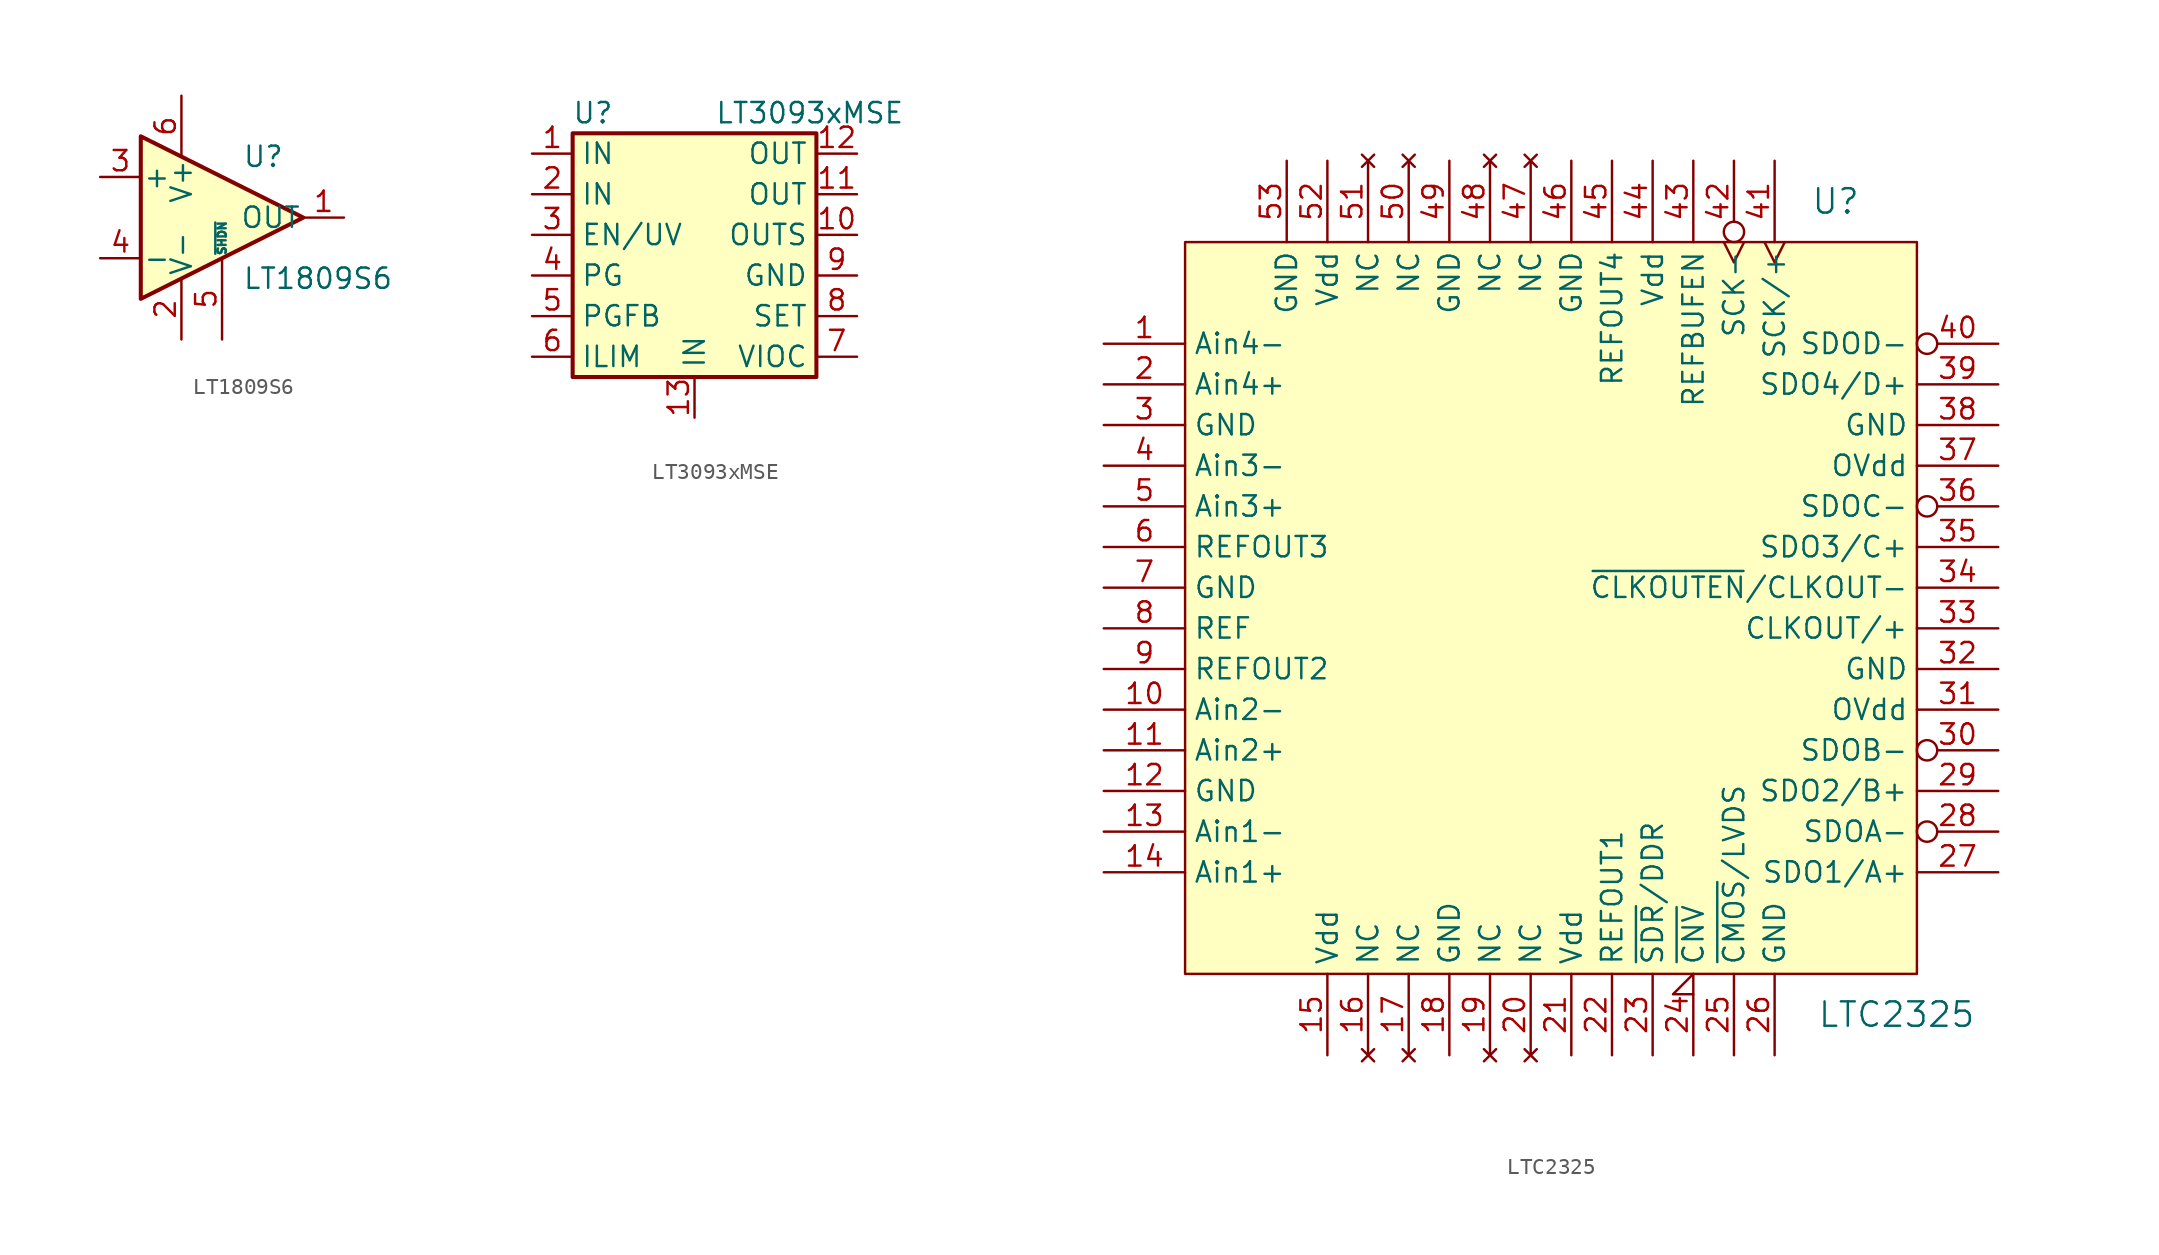
<source format=kicad_sym>
(kicad_symbol_lib
  (version 20241209)
  (generator "kicad_symbol_editor")
  (generator_version "9.0")
  (symbol "LT1809S6"
    (pin_names
      (offset 0.127))
    (property "Reference" "U"
      (at 1.27 3.81 0)
      (effects (font (size 1.27 1.27)) (justify left)))
    (property "Value" "LT1809S6"
      (at 1.27 -3.81 0)
      (effects (font (size 1.27 1.27)) (justify left)))
    (symbol "LT1809S6_0_1"
      (polyline (pts (xy -5.08 5.08) (xy 5.08 0) (xy -5.08 -5.08) (xy -5.08 5.08)) (stroke (width 0.254) (type default)) (fill (type background))))
    (symbol "LT1809S6_1_1"
      (pin input line (at -7.62 2.54 0) (length 2.54) (name "+" (effects (font (size 1.27 1.27)))) (number "3" (effects (font (size 1.27 1.27)))))
      (pin input line (at -7.62 -2.54 0) (length 2.54) (name "-" (effects (font (size 1.27 1.27)))) (number "4" (effects (font (size 1.27 1.27)))))
      (pin power_in line (at -2.54 7.62 270) (length 3.81) (name "V+" (effects (font (size 1.27 1.27)))) (number "6" (effects (font (size 1.27 1.27)))))
      (pin power_in line (at -2.54 -7.62 90) (length 3.81) (name "V-" (effects (font (size 1.27 1.27)))) (number "2" (effects (font (size 1.27 1.27)))))
      (pin input line (at 0 -7.62 90) (length 5.08) (name "~{SHDN}" (effects (font (size 0.508 0.508)))) (number "5" (effects (font (size 1.27 1.27)))))
      (pin output line (at 7.62 0 180) (length 2.54) (name "OUT" (effects (font (size 1.27 1.27)))) (number "1" (effects (font (size 1.27 1.27)))))))
  (symbol "LT3093xMSE"
    (property "Reference" "U"
      (at -6.35 8.89 0)
      (effects (font (size 1.27 1.27))))
    (property "Value" "LT3093xMSE"
      (at 1.27 8.89 0)
      (effects (font (size 1.27 1.27)) (justify left)))
    (symbol "LT3093xMSE_0_1"
      (rectangle (start -7.62 7.62) (end 7.62 -7.62) (stroke (width 0.254) (type default)) (fill (type background))))
    (symbol "LT3093xMSE_1_1"
      (pin power_in line (at -10.16 6.35 0) (length 2.54) (name "IN" (effects (font (size 1.27 1.27)))) (number "1" (effects (font (size 1.27 1.27)))))
      (pin power_in line (at -10.16 3.81 0) (length 2.54) (name "IN" (effects (font (size 1.27 1.27)))) (number "2" (effects (font (size 1.27 1.27)))))
      (pin input line (at -10.16 1.27 0) (length 2.54) (name "EN/UV" (effects (font (size 1.27 1.27)))) (number "3" (effects (font (size 1.27 1.27)))))
      (pin open_collector line (at -10.16 -1.27 0) (length 2.54) (name "PG" (effects (font (size 1.27 1.27)))) (number "4" (effects (font (size 1.27 1.27)))))
      (pin input line (at -10.16 -3.81 0) (length 2.54) (name "PGFB" (effects (font (size 1.27 1.27)))) (number "5" (effects (font (size 1.27 1.27)))))
      (pin passive line (at -10.16 -6.35 0) (length 2.54) (name "ILIM" (effects (font (size 1.27 1.27)))) (number "6" (effects (font (size 1.27 1.27)))))
      (pin power_in line (at 0 -10.16 90) (length 2.54) (name "IN" (effects (font (size 1.27 1.27)))) (number "13" (effects (font (size 1.27 1.27)))))
      (pin power_out line (at 10.16 6.35 180) (length 2.54) (name "OUT" (effects (font (size 1.27 1.27)))) (number "12" (effects (font (size 1.27 1.27)))))
      (pin power_out line (at 10.16 3.81 180) (length 2.54) (name "OUT" (effects (font (size 1.27 1.27)))) (number "11" (effects (font (size 1.27 1.27)))))
      (pin input line (at 10.16 1.27 180) (length 2.54) (name "OUTS" (effects (font (size 1.27 1.27)))) (number "10" (effects (font (size 1.27 1.27)))))
      (pin power_in line (at 10.16 -1.27 180) (length 2.54) (name "GND" (effects (font (size 1.27 1.27)))) (number "9" (effects (font (size 1.27 1.27)))))
      (pin passive line (at 10.16 -3.81 180) (length 2.54) (name "SET" (effects (font (size 1.27 1.27)))) (number "8" (effects (font (size 1.27 1.27)))))
      (pin output line (at 10.16 -6.35 180) (length 2.54) (name "VIOC" (effects (font (size 1.27 1.27)))) (number "7" (effects (font (size 1.27 1.27)))))))
  (symbol "LTC2325"
    (property "Reference" "U"
      (at 17.78 25.4 0)
      (effects (font (size 1.524 1.524))))
    (property "Value" "LTC2325"
      (at 21.59 -25.4 0)
      (effects (font (size 1.524 1.524))))
    (property "Footprint" ""
      (at 0 0 0)
      (effects (font (size 1.524 1.524))))
    (property "Datasheet" ""
      (at 0 0 0)
      (effects (font (size 1.524 1.524))))
    (symbol "LTC2325_0_1"
      (rectangle (start -22.86 22.86) (end 22.86 -22.86) (stroke (width 0) (type default)) (fill (type background))))
    (symbol "LTC2325_1_1"
      (pin input line (at -27.94 16.51 0) (length 5.08) (name "Ain4-" (effects (font (size 1.27 1.27)))) (number "1" (effects (font (size 1.27 1.27)))))
      (pin input line (at -27.94 13.97 0) (length 5.08) (name "Ain4+" (effects (font (size 1.27 1.27)))) (number "2" (effects (font (size 1.27 1.27)))))
      (pin power_in line (at -27.94 11.43 0) (length 5.08) (name "GND" (effects (font (size 1.27 1.27)))) (number "3" (effects (font (size 1.27 1.27)))))
      (pin input line (at -27.94 8.89 0) (length 5.08) (name "Ain3-" (effects (font (size 1.27 1.27)))) (number "4" (effects (font (size 1.27 1.27)))))
      (pin input line (at -27.94 6.35 0) (length 5.08) (name "Ain3+" (effects (font (size 1.27 1.27)))) (number "5" (effects (font (size 1.27 1.27)))))
      (pin bidirectional line (at -27.94 3.81 0) (length 5.08) (name "REFOUT3" (effects (font (size 1.27 1.27)))) (number "6" (effects (font (size 1.27 1.27)))))
      (pin power_in line (at -27.94 1.27 0) (length 5.08) (name "GND" (effects (font (size 1.27 1.27)))) (number "7" (effects (font (size 1.27 1.27)))))
      (pin bidirectional line (at -27.94 -1.27 0) (length 5.08) (name "REF" (effects (font (size 1.27 1.27)))) (number "8" (effects (font (size 1.27 1.27)))))
      (pin bidirectional line (at -27.94 -3.81 0) (length 5.08) (name "REFOUT2" (effects (font (size 1.27 1.27)))) (number "9" (effects (font (size 1.27 1.27)))))
      (pin input line (at -27.94 -6.35 0) (length 5.08) (name "Ain2-" (effects (font (size 1.27 1.27)))) (number "10" (effects (font (size 1.27 1.27)))))
      (pin input line (at -27.94 -8.89 0) (length 5.08) (name "Ain2+" (effects (font (size 1.27 1.27)))) (number "11" (effects (font (size 1.27 1.27)))))
      (pin power_in line (at -27.94 -11.43 0) (length 5.08) (name "GND" (effects (font (size 1.27 1.27)))) (number "12" (effects (font (size 1.27 1.27)))))
      (pin input line (at -27.94 -13.97 0) (length 5.08) (name "Ain1-" (effects (font (size 1.27 1.27)))) (number "13" (effects (font (size 1.27 1.27)))))
      (pin input line (at -27.94 -16.51 0) (length 5.08) (name "Ain1+" (effects (font (size 1.27 1.27)))) (number "14" (effects (font (size 1.27 1.27)))))
      (pin power_in line (at -16.51 27.94 270) (length 5.08) (name "GND" (effects (font (size 1.27 1.27)))) (number "53" (effects (font (size 1.27 1.27)))))
      (pin power_in line (at -13.97 27.94 270) (length 5.08) (name "Vdd" (effects (font (size 1.27 1.27)))) (number "52" (effects (font (size 1.27 1.27)))))
      (pin power_in line (at -13.97 -27.94 90) (length 5.08) (name "Vdd" (effects (font (size 1.27 1.27)))) (number "15" (effects (font (size 1.27 1.27)))))
      (pin no_connect line (at -11.43 27.94 270) (length 5.08) (name "NC" (effects (font (size 1.27 1.27)))) (number "51" (effects (font (size 1.27 1.27)))))
      (pin no_connect line (at -11.43 -27.94 90) (length 5.08) (name "NC" (effects (font (size 1.27 1.27)))) (number "16" (effects (font (size 1.27 1.27)))))
      (pin no_connect line (at -8.89 27.94 270) (length 5.08) (name "NC" (effects (font (size 1.27 1.27)))) (number "50" (effects (font (size 1.27 1.27)))))
      (pin no_connect line (at -8.89 -27.94 90) (length 5.08) (name "NC" (effects (font (size 1.27 1.27)))) (number "17" (effects (font (size 1.27 1.27)))))
      (pin power_in line (at -6.35 27.94 270) (length 5.08) (name "GND" (effects (font (size 1.27 1.27)))) (number "49" (effects (font (size 1.27 1.27)))))
      (pin power_in line (at -6.35 -27.94 90) (length 5.08) (name "GND" (effects (font (size 1.27 1.27)))) (number "18" (effects (font (size 1.27 1.27)))))
      (pin no_connect line (at -3.81 27.94 270) (length 5.08) (name "NC" (effects (font (size 1.27 1.27)))) (number "48" (effects (font (size 1.27 1.27)))))
      (pin no_connect line (at -3.81 -27.94 90) (length 5.08) (name "NC" (effects (font (size 1.27 1.27)))) (number "19" (effects (font (size 1.27 1.27)))))
      (pin no_connect line (at -1.27 27.94 270) (length 5.08) (name "NC" (effects (font (size 1.27 1.27)))) (number "47" (effects (font (size 1.27 1.27)))))
      (pin no_connect line (at -1.27 -27.94 90) (length 5.08) (name "NC" (effects (font (size 1.27 1.27)))) (number "20" (effects (font (size 1.27 1.27)))))
      (pin power_in line (at 1.27 27.94 270) (length 5.08) (name "GND" (effects (font (size 1.27 1.27)))) (number "46" (effects (font (size 1.27 1.27)))))
      (pin power_in line (at 1.27 -27.94 90) (length 5.08) (name "Vdd" (effects (font (size 1.27 1.27)))) (number "21" (effects (font (size 1.27 1.27)))))
      (pin bidirectional line (at 3.81 27.94 270) (length 5.08) (name "REFOUT4" (effects (font (size 1.27 1.27)))) (number "45" (effects (font (size 1.27 1.27)))))
      (pin bidirectional line (at 3.81 -27.94 90) (length 5.08) (name "REFOUT1" (effects (font (size 1.27 1.27)))) (number "22" (effects (font (size 1.27 1.27)))))
      (pin power_in line (at 6.35 27.94 270) (length 5.08) (name "Vdd" (effects (font (size 1.27 1.27)))) (number "44" (effects (font (size 1.27 1.27)))))
      (pin input line (at 6.35 -27.94 90) (length 5.08) (name "~{SDR}/DDR" (effects (font (size 1.27 1.27)))) (number "23" (effects (font (size 1.27 1.27)))))
      (pin input line (at 8.89 27.94 270) (length 5.08) (name "REFBUFEN" (effects (font (size 1.27 1.27)))) (number "43" (effects (font (size 1.27 1.27)))))
      (pin input input_low (at 8.89 -27.94 90) (length 5.08) (name "~{CNV}" (effects (font (size 1.27 1.27)))) (number "24" (effects (font (size 1.27 1.27)))))
      (pin input inverted_clock (at 11.43 27.94 270) (length 5.08) (name "SCK-" (effects (font (size 1.27 1.27)))) (number "42" (effects (font (size 1.27 1.27)))))
      (pin input line (at 11.43 -27.94 90) (length 5.08) (name "~{CMOS}/LVDS" (effects (font (size 1.27 1.27)))) (number "25" (effects (font (size 1.27 1.27)))))
      (pin input clock (at 13.97 27.94 270) (length 5.08) (name "SCK/+" (effects (font (size 1.27 1.27)))) (number "41" (effects (font (size 1.27 1.27)))))
      (pin power_in line (at 13.97 -27.94 90) (length 5.08) (name "GND" (effects (font (size 1.27 1.27)))) (number "26" (effects (font (size 1.27 1.27)))))
      (pin output inverted (at 27.94 16.51 180) (length 5.08) (name "SDOD-" (effects (font (size 1.27 1.27)))) (number "40" (effects (font (size 1.27 1.27)))))
      (pin output line (at 27.94 13.97 180) (length 5.08) (name "SDO4/D+" (effects (font (size 1.27 1.27)))) (number "39" (effects (font (size 1.27 1.27)))))
      (pin power_in line (at 27.94 11.43 180) (length 5.08) (name "GND" (effects (font (size 1.27 1.27)))) (number "38" (effects (font (size 1.27 1.27)))))
      (pin power_in line (at 27.94 8.89 180) (length 5.08) (name "OVdd" (effects (font (size 1.27 1.27)))) (number "37" (effects (font (size 1.27 1.27)))))
      (pin output inverted (at 27.94 6.35 180) (length 5.08) (name "SDOC-" (effects (font (size 1.27 1.27)))) (number "36" (effects (font (size 1.27 1.27)))))
      (pin output line (at 27.94 3.81 180) (length 5.08) (name "SDO3/C+" (effects (font (size 1.27 1.27)))) (number "35" (effects (font (size 1.27 1.27)))))
      (pin bidirectional line (at 27.94 1.27 180) (length 5.08) (name "~{CLKOUTEN}/CLKOUT-" (effects (font (size 1.27 1.27)))) (number "34" (effects (font (size 1.27 1.27)))))
      (pin output line (at 27.94 -1.27 180) (length 5.08) (name "CLKOUT/+" (effects (font (size 1.27 1.27)))) (number "33" (effects (font (size 1.27 1.27)))))
      (pin power_in line (at 27.94 -3.81 180) (length 5.08) (name "GND" (effects (font (size 1.27 1.27)))) (number "32" (effects (font (size 1.27 1.27)))))
      (pin power_in line (at 27.94 -6.35 180) (length 5.08) (name "OVdd" (effects (font (size 1.27 1.27)))) (number "31" (effects (font (size 1.27 1.27)))))
      (pin output inverted (at 27.94 -8.89 180) (length 5.08) (name "SDOB-" (effects (font (size 1.27 1.27)))) (number "30" (effects (font (size 1.27 1.27)))))
      (pin output line (at 27.94 -11.43 180) (length 5.08) (name "SDO2/B+" (effects (font (size 1.27 1.27)))) (number "29" (effects (font (size 1.27 1.27)))))
      (pin output inverted (at 27.94 -13.97 180) (length 5.08) (name "SDOA-" (effects (font (size 1.27 1.27)))) (number "28" (effects (font (size 1.27 1.27)))))
      (pin output line (at 27.94 -16.51 180) (length 5.08) (name "SDO1/A+" (effects (font (size 1.27 1.27)))) (number "27" (effects (font (size 1.27 1.27))))))))
</source>
